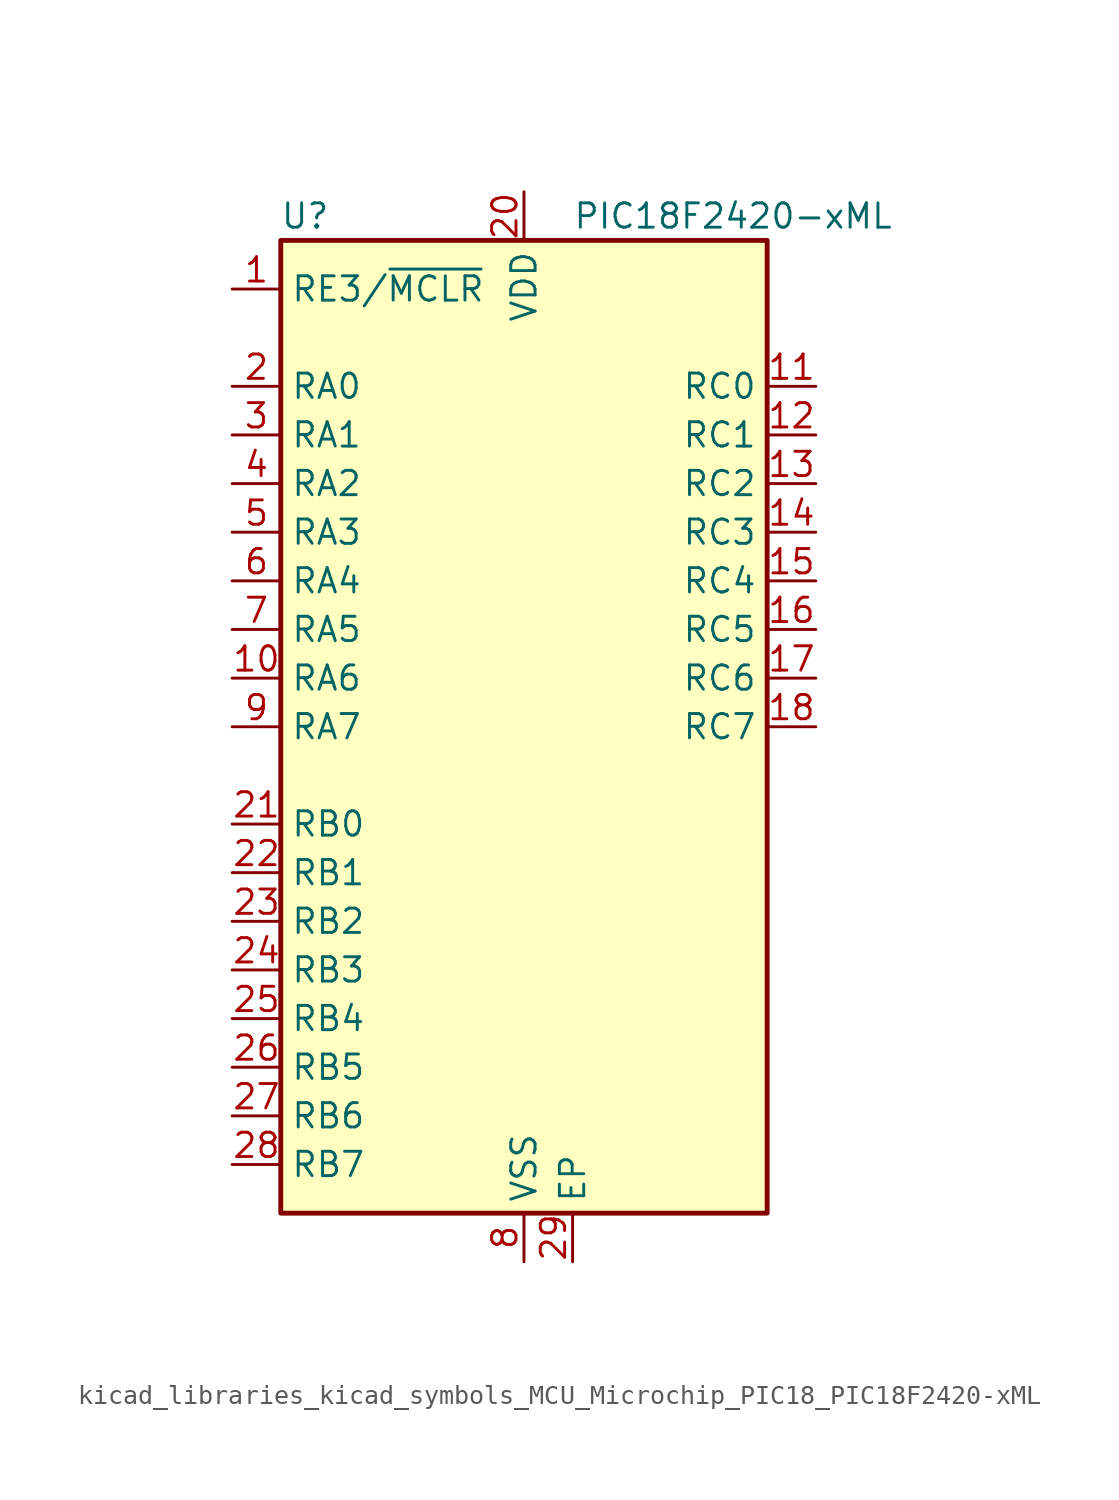
<source format=kicad_sym>
(kicad_symbol_lib
  (version 20220914)
  (generator kicad_symbol_editor)
  (symbol "kicad_libraries_kicad_symbols_MCU_Microchip_PIC18_PIC18F2420-xML"
    (property "Reference" "U"
      (at -11.43 26.67 0)
      (effects (font (size 1.27 1.27))))
    (property "Value" "PIC18F2420-xML"
      (at 2.54 26.67 0)
      (effects (font (size 1.27 1.27)) (justify left)))
    (symbol "kicad_libraries_kicad_symbols_MCU_Microchip_PIC18_PIC18F2420-xML_0_1"
      (rectangle (start -12.7 25.4) (end 12.7 -25.4) (stroke (width 0.254) (type default)) (fill (type background))))
    (symbol "kicad_libraries_kicad_symbols_MCU_Microchip_PIC18_PIC18F2420-xML_1_1"
      (pin input line (at -15.24 22.86 0) (length 2.54) (name "RE3/~{MCLR}" (effects (font (size 1.27 1.27)))) (number "1" (effects (font (size 1.27 1.27)))))
      (pin bidirectional line (at -15.24 2.54 0) (length 2.54) (name "RA6" (effects (font (size 1.27 1.27)))) (number "10" (effects (font (size 1.27 1.27)))))
      (pin bidirectional line (at 15.24 17.78 180) (length 2.54) (name "RC0" (effects (font (size 1.27 1.27)))) (number "11" (effects (font (size 1.27 1.27)))))
      (pin bidirectional line (at 15.24 15.24 180) (length 2.54) (name "RC1" (effects (font (size 1.27 1.27)))) (number "12" (effects (font (size 1.27 1.27)))))
      (pin bidirectional line (at 15.24 12.7 180) (length 2.54) (name "RC2" (effects (font (size 1.27 1.27)))) (number "13" (effects (font (size 1.27 1.27)))))
      (pin bidirectional line (at 15.24 10.16 180) (length 2.54) (name "RC3" (effects (font (size 1.27 1.27)))) (number "14" (effects (font (size 1.27 1.27)))))
      (pin bidirectional line (at 15.24 7.62 180) (length 2.54) (name "RC4" (effects (font (size 1.27 1.27)))) (number "15" (effects (font (size 1.27 1.27)))))
      (pin bidirectional line (at 15.24 5.08 180) (length 2.54) (name "RC5" (effects (font (size 1.27 1.27)))) (number "16" (effects (font (size 1.27 1.27)))))
      (pin bidirectional line (at 15.24 2.54 180) (length 2.54) (name "RC6" (effects (font (size 1.27 1.27)))) (number "17" (effects (font (size 1.27 1.27)))))
      (pin bidirectional line (at 15.24 0 180) (length 2.54) (name "RC7" (effects (font (size 1.27 1.27)))) (number "18" (effects (font (size 1.27 1.27)))))
      (pin passive line (at 0 -27.94 90) (length 2.54) hide (name "VSS" (effects (font (size 1.27 1.27)))) (number "19" (effects (font (size 1.27 1.27)))))
      (pin bidirectional line (at -15.24 17.78 0) (length 2.54) (name "RA0" (effects (font (size 1.27 1.27)))) (number "2" (effects (font (size 1.27 1.27)))))
      (pin power_in line (at 0 27.94 270) (length 2.54) (name "VDD" (effects (font (size 1.27 1.27)))) (number "20" (effects (font (size 1.27 1.27)))))
      (pin bidirectional line (at -15.24 -5.08 0) (length 2.54) (name "RB0" (effects (font (size 1.27 1.27)))) (number "21" (effects (font (size 1.27 1.27)))))
      (pin bidirectional line (at -15.24 -7.62 0) (length 2.54) (name "RB1" (effects (font (size 1.27 1.27)))) (number "22" (effects (font (size 1.27 1.27)))))
      (pin bidirectional line (at -15.24 -10.16 0) (length 2.54) (name "RB2" (effects (font (size 1.27 1.27)))) (number "23" (effects (font (size 1.27 1.27)))))
      (pin bidirectional line (at -15.24 -12.7 0) (length 2.54) (name "RB3" (effects (font (size 1.27 1.27)))) (number "24" (effects (font (size 1.27 1.27)))))
      (pin bidirectional line (at -15.24 -15.24 0) (length 2.54) (name "RB4" (effects (font (size 1.27 1.27)))) (number "25" (effects (font (size 1.27 1.27)))))
      (pin bidirectional line (at -15.24 -17.78 0) (length 2.54) (name "RB5" (effects (font (size 1.27 1.27)))) (number "26" (effects (font (size 1.27 1.27)))))
      (pin bidirectional line (at -15.24 -20.32 0) (length 2.54) (name "RB6" (effects (font (size 1.27 1.27)))) (number "27" (effects (font (size 1.27 1.27)))))
      (pin bidirectional line (at -15.24 -22.86 0) (length 2.54) (name "RB7" (effects (font (size 1.27 1.27)))) (number "28" (effects (font (size 1.27 1.27)))))
      (pin passive line (at 2.54 -27.94 90) (length 2.54) (name "EP" (effects (font (size 1.27 1.27)))) (number "29" (effects (font (size 1.27 1.27)))))
      (pin bidirectional line (at -15.24 15.24 0) (length 2.54) (name "RA1" (effects (font (size 1.27 1.27)))) (number "3" (effects (font (size 1.27 1.27)))))
      (pin bidirectional line (at -15.24 12.7 0) (length 2.54) (name "RA2" (effects (font (size 1.27 1.27)))) (number "4" (effects (font (size 1.27 1.27)))))
      (pin bidirectional line (at -15.24 10.16 0) (length 2.54) (name "RA3" (effects (font (size 1.27 1.27)))) (number "5" (effects (font (size 1.27 1.27)))))
      (pin bidirectional line (at -15.24 7.62 0) (length 2.54) (name "RA4" (effects (font (size 1.27 1.27)))) (number "6" (effects (font (size 1.27 1.27)))))
      (pin bidirectional line (at -15.24 5.08 0) (length 2.54) (name "RA5" (effects (font (size 1.27 1.27)))) (number "7" (effects (font (size 1.27 1.27)))))
      (pin power_in line (at 0 -27.94 90) (length 2.54) (name "VSS" (effects (font (size 1.27 1.27)))) (number "8" (effects (font (size 1.27 1.27)))))
      (pin bidirectional line (at -15.24 0 0) (length 2.54) (name "RA7" (effects (font (size 1.27 1.27)))) (number "9" (effects (font (size 1.27 1.27))))))))
</source>
